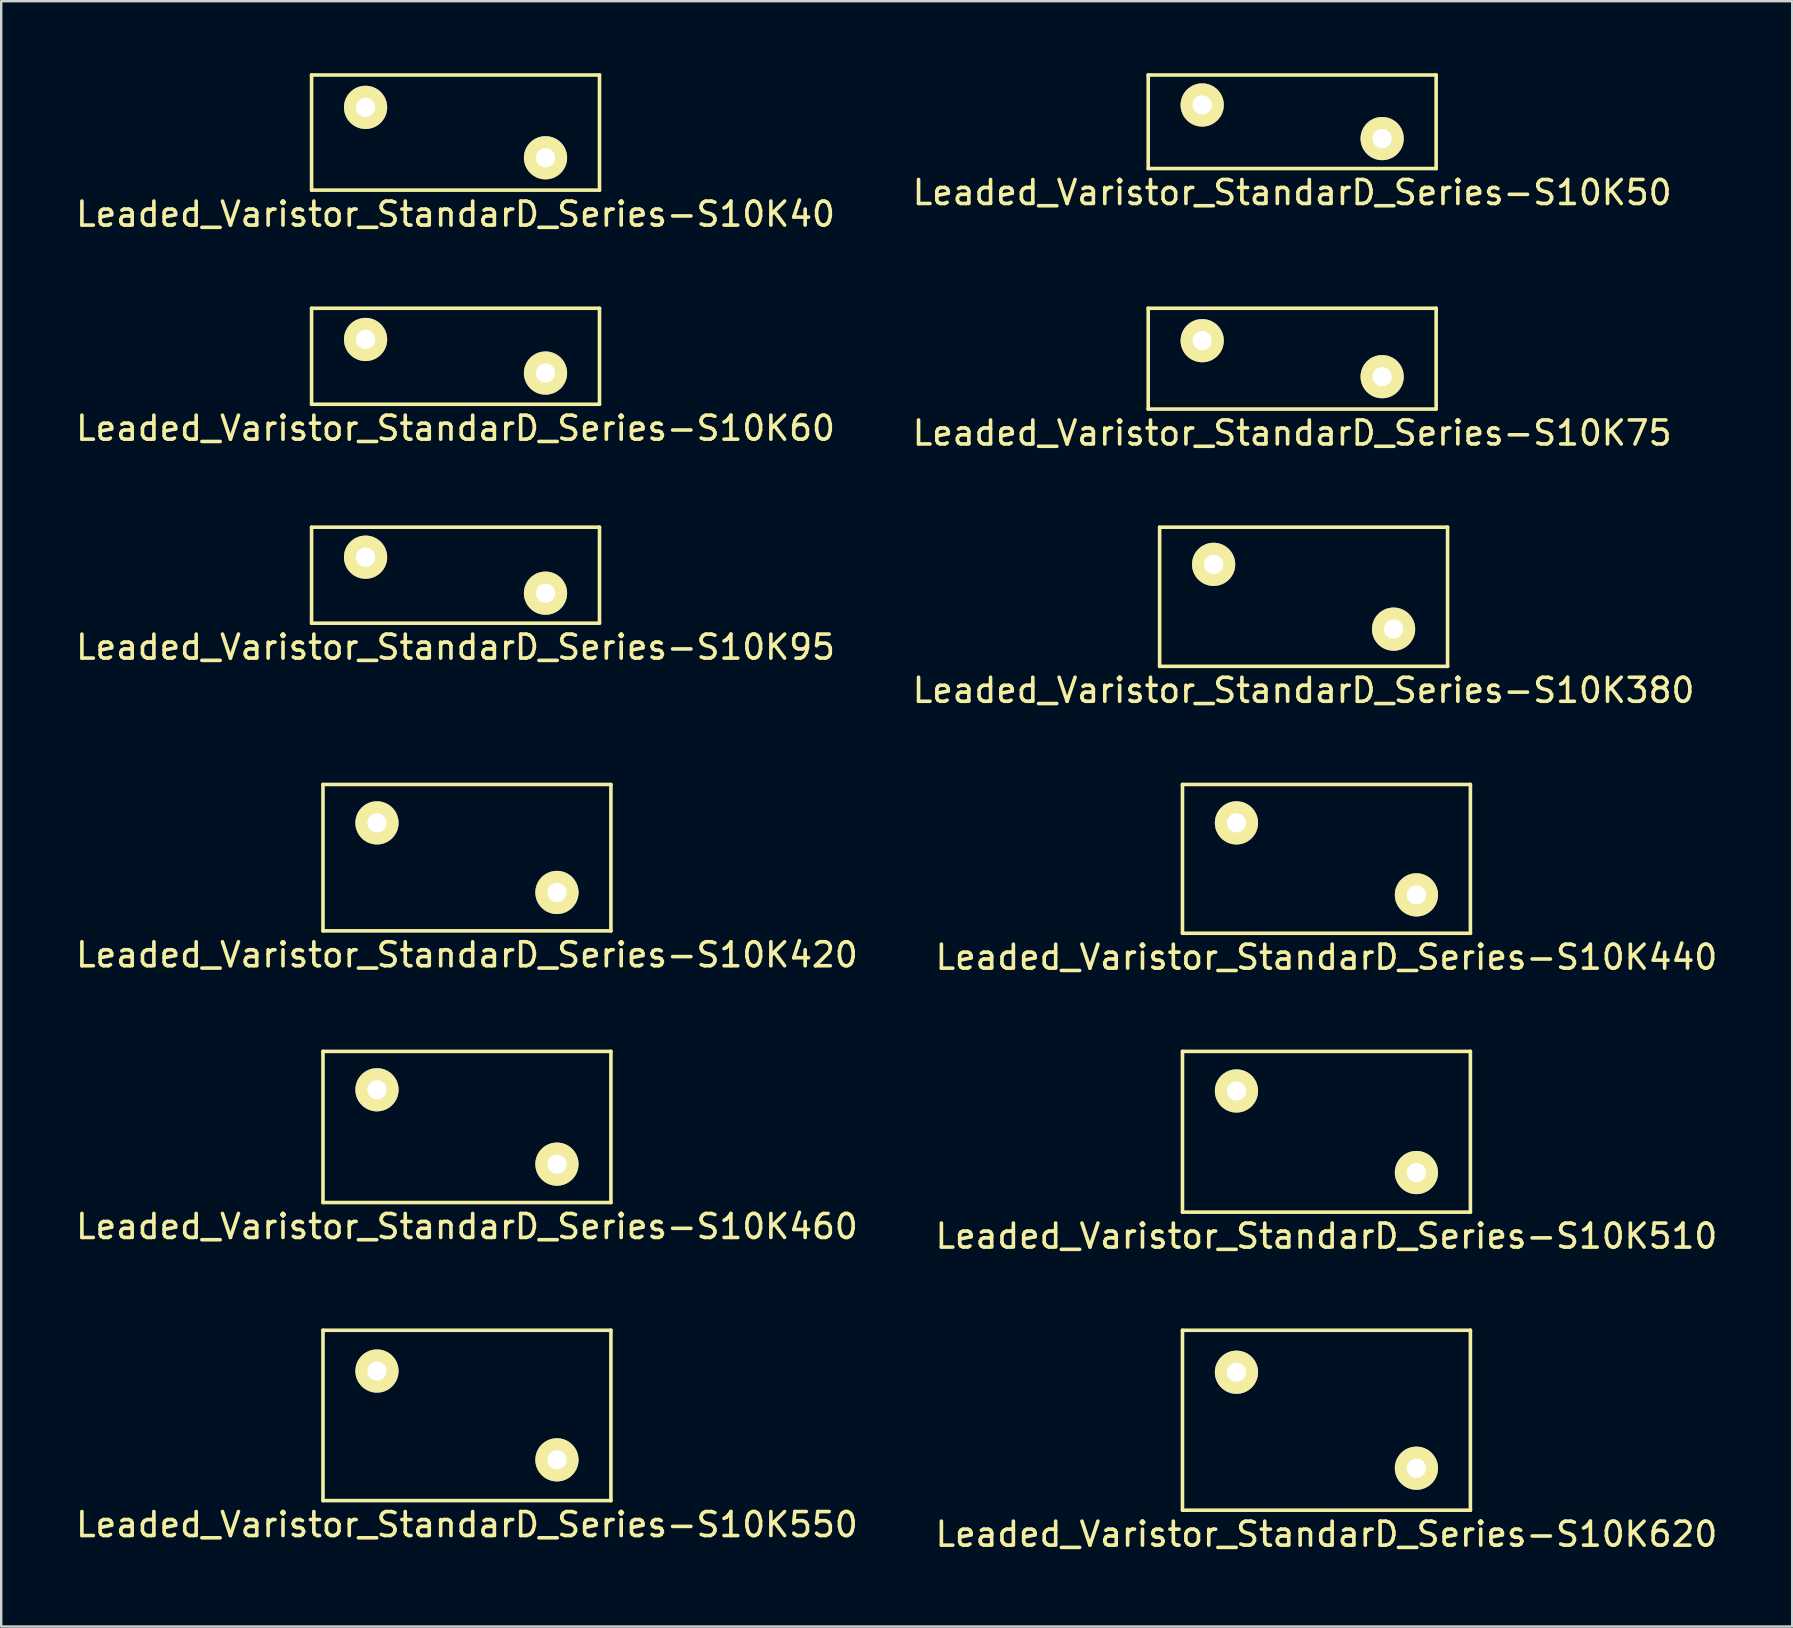
<source format=kicad_pcb>
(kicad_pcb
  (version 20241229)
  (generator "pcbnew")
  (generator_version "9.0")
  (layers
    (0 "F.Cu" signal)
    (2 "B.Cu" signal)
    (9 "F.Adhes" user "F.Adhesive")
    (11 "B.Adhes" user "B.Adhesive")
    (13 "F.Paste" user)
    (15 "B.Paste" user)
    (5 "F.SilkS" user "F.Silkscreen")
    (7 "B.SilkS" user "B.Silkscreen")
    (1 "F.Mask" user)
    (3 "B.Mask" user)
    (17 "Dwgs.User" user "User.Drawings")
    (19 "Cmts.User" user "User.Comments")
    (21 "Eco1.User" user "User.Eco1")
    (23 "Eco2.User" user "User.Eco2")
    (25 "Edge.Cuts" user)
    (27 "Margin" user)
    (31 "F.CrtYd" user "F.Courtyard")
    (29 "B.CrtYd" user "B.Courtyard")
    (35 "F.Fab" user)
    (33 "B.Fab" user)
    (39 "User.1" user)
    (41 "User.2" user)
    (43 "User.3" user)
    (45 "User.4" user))
  (footprint "Leaded_Varistor_StandarD_Series-S10K75"
    (layer "F.Cu")
    (at 47.054 11.148)
    (property "Reference" "Leaded_Varistor_StandarD_Series-S10K75" (at 3.75 3.85 0) (layer "F.SilkS") (effects (font (size 1 1) (thickness 0.15))))
    (attr through_hole)
    (fp_line (start -2.25 -1.35) (end -2.25 2.85) (stroke (width 0.15) (type solid)) (layer "F.SilkS"))
    (fp_line (start -2.25 -1.35) (end 9.75 -1.35) (stroke (width 0.15) (type solid)) (layer "F.SilkS"))
    (fp_line (start -2.25 2.85) (end 9.75 2.85) (stroke (width 0.15) (type solid)) (layer "F.SilkS"))
    (fp_line (start 9.75 -1.35) (end 9.75 2.85) (stroke (width 0.15) (type solid)) (layer "F.SilkS"))
    (pad "1" thru_hole circle (at 0 0) (size 1.8 1.8) (drill 0.8) (layers "*.Cu" "*.Mask" "F.SilkS"))
    (pad "2" thru_hole circle (at 7.5 1.5) (size 1.8 1.8) (drill 0.8) (layers "*.Cu" "*.Mask" "F.SilkS")))
  (footprint "Leaded_Varistor_StandarD_Series-S10K40"
    (layer "F.Cu")
    (at 12.185 1.425)
    (property "Reference" "Leaded_Varistor_StandarD_Series-S10K40" (at 3.75 4.45 0) (layer "F.SilkS") (effects (font (size 1 1) (thickness 0.15))))
    (attr through_hole)
    (fp_line (start -2.25 -1.35) (end -2.25 3.45) (stroke (width 0.15) (type solid)) (layer "F.SilkS"))
    (fp_line (start -2.25 -1.35) (end 9.75 -1.35) (stroke (width 0.15) (type solid)) (layer "F.SilkS"))
    (fp_line (start -2.25 3.45) (end 9.75 3.45) (stroke (width 0.15) (type solid)) (layer "F.SilkS"))
    (fp_line (start 9.75 -1.35) (end 9.75 3.45) (stroke (width 0.15) (type solid)) (layer "F.SilkS"))
    (pad "1" thru_hole circle (at 0 0) (size 1.8 1.8) (drill 0.8) (layers "*.Cu" "*.Mask" "F.SilkS"))
    (pad "2" thru_hole circle (at 7.5 2.1) (size 1.8 1.8) (drill 0.8) (layers "*.Cu" "*.Mask" "F.SilkS")))
  (footprint "Leaded_Varistor_StandarD_Series-S10K380"
    (layer "F.Cu")
    (at 47.53 20.471)
    (property "Reference" "Leaded_Varistor_StandarD_Series-S10K380" (at 3.75 5.25 0) (layer "F.SilkS") (effects (font (size 1 1) (thickness 0.15))))
    (attr through_hole)
    (fp_line (start -2.25 -1.55) (end -2.25 4.25) (stroke (width 0.15) (type solid)) (layer "F.SilkS"))
    (fp_line (start -2.25 -1.55) (end 9.75 -1.55) (stroke (width 0.15) (type solid)) (layer "F.SilkS"))
    (fp_line (start -2.25 4.25) (end 9.75 4.25) (stroke (width 0.15) (type solid)) (layer "F.SilkS"))
    (fp_line (start 9.75 -1.55) (end 9.75 4.25) (stroke (width 0.15) (type solid)) (layer "F.SilkS"))
    (pad "1" thru_hole circle (at 0 0) (size 1.8 1.8) (drill 0.8) (layers "*.Cu" "*.Mask" "F.SilkS"))
    (pad "2" thru_hole circle (at 7.5 2.7) (size 1.8 1.8) (drill 0.8) (layers "*.Cu" "*.Mask" "F.SilkS")))
  (footprint "Leaded_Varistor_StandarD_Series-S10K50"
    (layer "F.Cu")
    (at 47.054 1.325)
    (property "Reference" "Leaded_Varistor_StandarD_Series-S10K50" (at 3.75 3.65 0) (layer "F.SilkS") (effects (font (size 1 1) (thickness 0.15))))
    (attr through_hole)
    (fp_line (start -2.25 -1.25) (end -2.25 2.65) (stroke (width 0.15) (type solid)) (layer "F.SilkS"))
    (fp_line (start -2.25 -1.25) (end 9.75 -1.25) (stroke (width 0.15) (type solid)) (layer "F.SilkS"))
    (fp_line (start -2.25 2.65) (end 9.75 2.65) (stroke (width 0.15) (type solid)) (layer "F.SilkS"))
    (fp_line (start 9.75 -1.25) (end 9.75 2.65) (stroke (width 0.15) (type solid)) (layer "F.SilkS"))
    (pad "1" thru_hole circle (at 0 0) (size 1.8 1.8) (drill 0.8) (layers "*.Cu" "*.Mask" "F.SilkS"))
    (pad "2" thru_hole circle (at 7.5 1.4) (size 1.8 1.8) (drill 0.8) (layers "*.Cu" "*.Mask" "F.SilkS")))
  (footprint "Leaded_Varistor_StandarD_Series-S10K620"
    (layer "F.Cu")
    (at 48.482 54.141)
    (property "Reference" "Leaded_Varistor_StandarD_Series-S10K620" (at 3.75 6.75 0) (layer "F.SilkS") (effects (font (size 1 1) (thickness 0.15))))
    (attr through_hole)
    (fp_line (start -2.25 -1.75) (end -2.25 5.75) (stroke (width 0.15) (type solid)) (layer "F.SilkS"))
    (fp_line (start -2.25 -1.75) (end 9.75 -1.75) (stroke (width 0.15) (type solid)) (layer "F.SilkS"))
    (fp_line (start -2.25 5.75) (end 9.75 5.75) (stroke (width 0.15) (type solid)) (layer "F.SilkS"))
    (fp_line (start 9.75 -1.75) (end 9.75 5.75) (stroke (width 0.15) (type solid)) (layer "F.SilkS"))
    (pad "1" thru_hole circle (at 0 0) (size 1.8 1.8) (drill 0.8) (layers "*.Cu" "*.Mask" "F.SilkS"))
    (pad "2" thru_hole circle (at 7.5 4) (size 1.8 1.8) (drill 0.8) (layers "*.Cu" "*.Mask" "F.SilkS")))
  (footprint "Leaded_Varistor_StandarD_Series-S10K95"
    (layer "F.Cu")
    (at 12.185 20.172)
    (property "Reference" "Leaded_Varistor_StandarD_Series-S10K95" (at 3.75 3.75 0) (layer "F.SilkS") (effects (font (size 1 1) (thickness 0.15))))
    (attr through_hole)
    (fp_line (start -2.25 -1.25) (end -2.25 2.75) (stroke (width 0.15) (type solid)) (layer "F.SilkS"))
    (fp_line (start -2.25 -1.25) (end 9.75 -1.25) (stroke (width 0.15) (type solid)) (layer "F.SilkS"))
    (fp_line (start -2.25 2.75) (end 9.75 2.75) (stroke (width 0.15) (type solid)) (layer "F.SilkS"))
    (fp_line (start 9.75 -1.25) (end 9.75 2.75) (stroke (width 0.15) (type solid)) (layer "F.SilkS"))
    (pad "1" thru_hole circle (at 0 0) (size 1.8 1.8) (drill 0.8) (layers "*.Cu" "*.Mask" "F.SilkS"))
    (pad "2" thru_hole circle (at 7.5 1.5) (size 1.8 1.8) (drill 0.8) (layers "*.Cu" "*.Mask" "F.SilkS")))
  (footprint "Leaded_Varistor_StandarD_Series-S10K510"
    (layer "F.Cu")
    (at 48.482 42.418)
    (property "Reference" "Leaded_Varistor_StandarD_Series-S10K510" (at 3.75 6.05 0) (layer "F.SilkS") (effects (font (size 1 1) (thickness 0.15))))
    (attr through_hole)
    (fp_line (start -2.25 -1.65) (end -2.25 5.05) (stroke (width 0.15) (type solid)) (layer "F.SilkS"))
    (fp_line (start -2.25 -1.65) (end 9.75 -1.65) (stroke (width 0.15) (type solid)) (layer "F.SilkS"))
    (fp_line (start -2.25 5.05) (end 9.75 5.05) (stroke (width 0.15) (type solid)) (layer "F.SilkS"))
    (fp_line (start 9.75 -1.65) (end 9.75 5.05) (stroke (width 0.15) (type solid)) (layer "F.SilkS"))
    (pad "1" thru_hole circle (at 0 0) (size 1.8 1.8) (drill 0.8) (layers "*.Cu" "*.Mask" "F.SilkS"))
    (pad "2" thru_hole circle (at 7.5 3.4) (size 1.8 1.8) (drill 0.8) (layers "*.Cu" "*.Mask" "F.SilkS")))
  (footprint "Leaded_Varistor_StandarD_Series-S10K550"
    (layer "F.Cu")
    (at 12.661 54.091)
    (property "Reference" "Leaded_Varistor_StandarD_Series-S10K550" (at 3.75 6.4 0) (layer "F.SilkS") (effects (font (size 1 1) (thickness 0.15))))
    (attr through_hole)
    (fp_line (start -2.25 -1.7) (end -2.25 5.4) (stroke (width 0.15) (type solid)) (layer "F.SilkS"))
    (fp_line (start -2.25 -1.7) (end 9.75 -1.7) (stroke (width 0.15) (type solid)) (layer "F.SilkS"))
    (fp_line (start -2.25 5.4) (end 9.75 5.4) (stroke (width 0.15) (type solid)) (layer "F.SilkS"))
    (fp_line (start 9.75 -1.7) (end 9.75 5.4) (stroke (width 0.15) (type solid)) (layer "F.SilkS"))
    (pad "1" thru_hole circle (at 0 0) (size 1.8 1.8) (drill 0.8) (layers "*.Cu" "*.Mask" "F.SilkS"))
    (pad "2" thru_hole circle (at 7.5 3.7) (size 1.8 1.8) (drill 0.8) (layers "*.Cu" "*.Mask" "F.SilkS")))
  (footprint "Leaded_Varistor_StandarD_Series-S10K420"
    (layer "F.Cu")
    (at 12.661 31.245)
    (property "Reference" "Leaded_Varistor_StandarD_Series-S10K420" (at 3.75 5.5 0) (layer "F.SilkS") (effects (font (size 1 1) (thickness 0.15))))
    (attr through_hole)
    (fp_line (start -2.25 -1.6) (end -2.25 4.5) (stroke (width 0.15) (type solid)) (layer "F.SilkS"))
    (fp_line (start -2.25 -1.6) (end 9.75 -1.6) (stroke (width 0.15) (type solid)) (layer "F.SilkS"))
    (fp_line (start -2.25 4.5) (end 9.75 4.5) (stroke (width 0.15) (type solid)) (layer "F.SilkS"))
    (fp_line (start 9.75 -1.6) (end 9.75 4.5) (stroke (width 0.15) (type solid)) (layer "F.SilkS"))
    (pad "1" thru_hole circle (at 0 0) (size 1.8 1.8) (drill 0.8) (layers "*.Cu" "*.Mask" "F.SilkS"))
    (pad "2" thru_hole circle (at 7.5 2.9) (size 1.8 1.8) (drill 0.8) (layers "*.Cu" "*.Mask" "F.SilkS")))
  (footprint "Leaded_Varistor_StandarD_Series-S10K440"
    (layer "F.Cu")
    (at 48.482 31.245)
    (property "Reference" "Leaded_Varistor_StandarD_Series-S10K440" (at 3.75 5.6 0) (layer "F.SilkS") (effects (font (size 1 1) (thickness 0.15))))
    (attr through_hole)
    (fp_line (start -2.25 -1.6) (end -2.25 4.6) (stroke (width 0.15) (type solid)) (layer "F.SilkS"))
    (fp_line (start -2.25 -1.6) (end 9.75 -1.6) (stroke (width 0.15) (type solid)) (layer "F.SilkS"))
    (fp_line (start -2.25 4.6) (end 9.75 4.6) (stroke (width 0.15) (type solid)) (layer "F.SilkS"))
    (fp_line (start 9.75 -1.6) (end 9.75 4.6) (stroke (width 0.15) (type solid)) (layer "F.SilkS"))
    (pad "1" thru_hole circle (at 0 0) (size 1.8 1.8) (drill 0.8) (layers "*.Cu" "*.Mask" "F.SilkS"))
    (pad "2" thru_hole circle (at 7.5 3) (size 1.8 1.8) (drill 0.8) (layers "*.Cu" "*.Mask" "F.SilkS")))
  (footprint "Leaded_Varistor_StandarD_Series-S10K460"
    (layer "F.Cu")
    (at 12.661 42.368)
    (property "Reference" "Leaded_Varistor_StandarD_Series-S10K460" (at 3.75 5.7 0) (layer "F.SilkS") (effects (font (size 1 1) (thickness 0.15))))
    (attr through_hole)
    (fp_line (start -2.25 -1.6) (end -2.25 4.7) (stroke (width 0.15) (type solid)) (layer "F.SilkS"))
    (fp_line (start -2.25 -1.6) (end 9.75 -1.6) (stroke (width 0.15) (type solid)) (layer "F.SilkS"))
    (fp_line (start -2.25 4.7) (end 9.75 4.7) (stroke (width 0.15) (type solid)) (layer "F.SilkS"))
    (fp_line (start 9.75 -1.6) (end 9.75 4.7) (stroke (width 0.15) (type solid)) (layer "F.SilkS"))
    (pad "1" thru_hole circle (at 0 0) (size 1.8 1.8) (drill 0.8) (layers "*.Cu" "*.Mask" "F.SilkS"))
    (pad "2" thru_hole circle (at 7.5 3.1) (size 1.8 1.8) (drill 0.8) (layers "*.Cu" "*.Mask" "F.SilkS")))
  (footprint "Leaded_Varistor_StandarD_Series-S10K60"
    (layer "F.Cu")
    (at 12.185 11.098)
    (property "Reference" "Leaded_Varistor_StandarD_Series-S10K60" (at 3.75 3.7 0) (layer "F.SilkS") (effects (font (size 1 1) (thickness 0.15))))
    (attr through_hole)
    (fp_line (start -2.25 -1.3) (end -2.25 2.7) (stroke (width 0.15) (type solid)) (layer "F.SilkS"))
    (fp_line (start -2.25 -1.3) (end 9.75 -1.3) (stroke (width 0.15) (type solid)) (layer "F.SilkS"))
    (fp_line (start -2.25 2.7) (end 9.75 2.7) (stroke (width 0.15) (type solid)) (layer "F.SilkS"))
    (fp_line (start 9.75 -1.3) (end 9.75 2.7) (stroke (width 0.15) (type solid)) (layer "F.SilkS"))
    (pad "1" thru_hole circle (at 0 0) (size 1.8 1.8) (drill 0.8) (layers "*.Cu" "*.Mask" "F.SilkS"))
    (pad "2" thru_hole circle (at 7.5 1.4) (size 1.8 1.8) (drill 0.8) (layers "*.Cu" "*.Mask" "F.SilkS")))
  (gr_rect
    (start -3 -3)
    (end 71.643 64.74)
    (stroke (width 0.1) (type default))
    (fill no)
    (layer "Edge.Cuts")))
</source>
